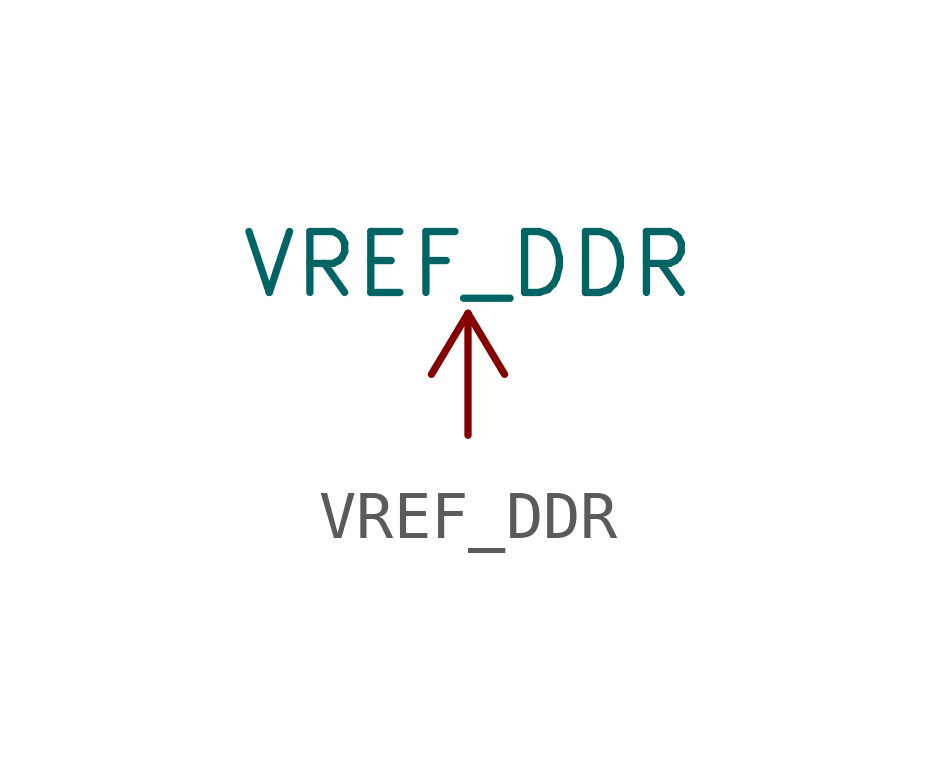
<source format=kicad_sym>
(kicad_symbol_lib
  (version 20211014)
  (generator kicad_symbol_editor)
  (symbol "VREF_DDR"
    (power)
    (pin_names
      (offset 0))
    (property "Reference" "#PWR"
      (at 0 -3.81 0)
      (effects (font (size 1.27 1.27)) hide))
    (property "Value" "VREF_DDR"
      (at 0 3.556 0)
      (effects (font (size 1.27 1.27))))
    (symbol "VREF_DDR_0_1"
      (polyline (pts (xy -0.762 1.27) (xy 0 2.54)) (stroke (width 0) (type default) (color 0 0 0 0)) (fill (type none)))
      (polyline (pts (xy 0 0) (xy 0 2.54)) (stroke (width 0) (type default) (color 0 0 0 0)) (fill (type none)))
      (polyline (pts (xy 0 2.54) (xy 0.762 1.27)) (stroke (width 0) (type default) (color 0 0 0 0)) (fill (type none))))
    (symbol "VREF_DDR_1_1"
      (pin power_in line (at 0 0 90) (length 0) hide (name "VREF_DDR" (effects (font (size 1.27 1.27)))) (number "1" (effects (font (size 1.27 1.27))))))))
</source>
